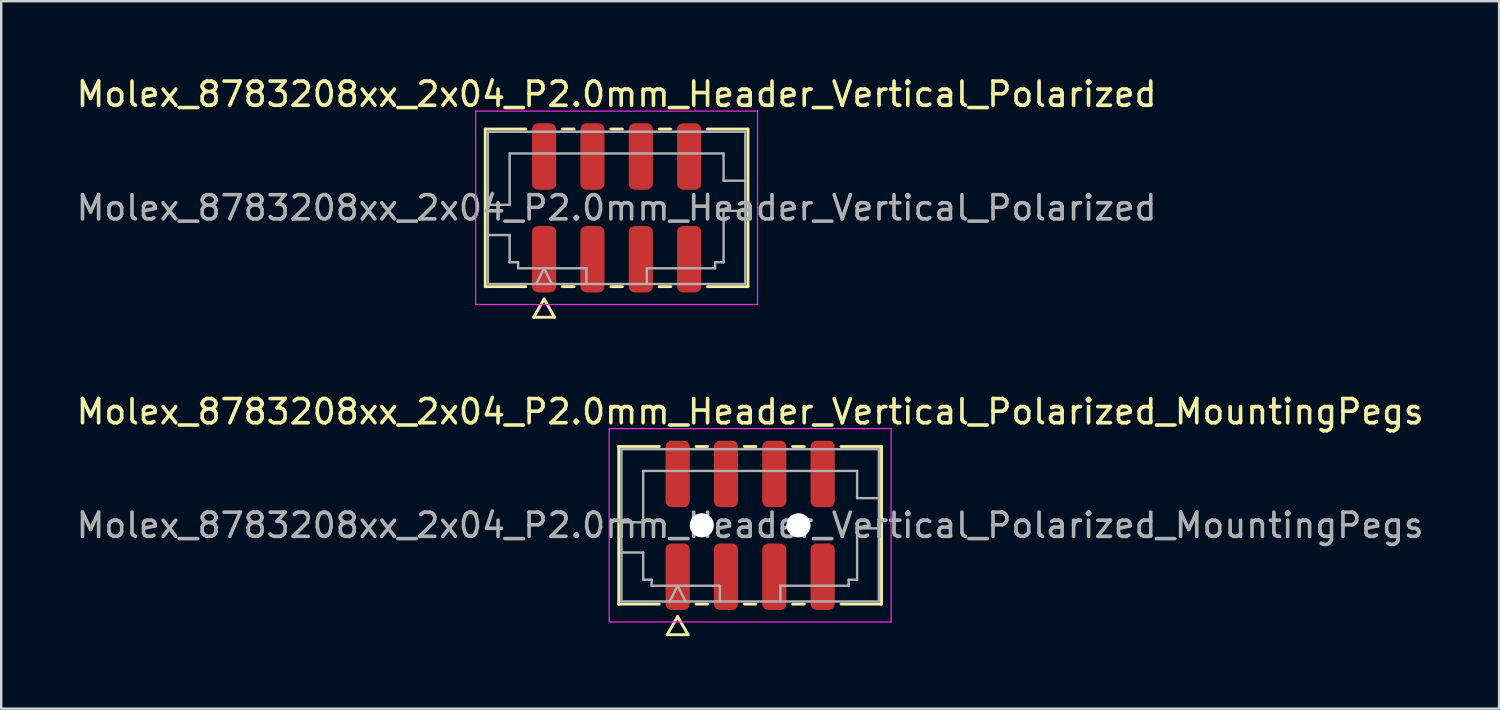
<source format=kicad_pcb>
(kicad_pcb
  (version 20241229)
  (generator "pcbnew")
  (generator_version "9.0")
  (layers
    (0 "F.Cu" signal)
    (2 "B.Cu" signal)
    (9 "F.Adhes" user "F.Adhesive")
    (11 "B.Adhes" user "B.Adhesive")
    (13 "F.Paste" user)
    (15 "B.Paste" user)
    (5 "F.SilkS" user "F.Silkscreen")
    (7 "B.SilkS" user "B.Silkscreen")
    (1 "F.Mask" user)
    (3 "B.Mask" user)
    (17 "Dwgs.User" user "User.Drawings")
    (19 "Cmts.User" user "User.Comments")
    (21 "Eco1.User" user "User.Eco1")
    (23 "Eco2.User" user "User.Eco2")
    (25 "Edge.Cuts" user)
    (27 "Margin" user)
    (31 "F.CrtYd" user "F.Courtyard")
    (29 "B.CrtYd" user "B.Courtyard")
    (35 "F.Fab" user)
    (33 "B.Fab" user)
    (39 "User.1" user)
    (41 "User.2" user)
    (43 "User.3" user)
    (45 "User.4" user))
  (footprint "Molex_8783208xx_2x04_P2.0mm_Header_Vertical_Polarized_MountingPegs"
    (layer "F.Cu")
    (at 27.982 18.681)
    (property "Reference" "Molex_8783208xx_2x04_P2.0mm_Header_Vertical_Polarized_MountingPegs" (at 0 -4.7 0) (layer "F.SilkS") (effects (font (size 1 1) (thickness 0.15))))
    (attr smd)
    (fp_line (start -5.435 -3.26) (end -3.76 -3.26) (stroke (width 0.12) (type solid)) (layer "F.SilkS"))
    (fp_line (start -5.435 3.26) (end -5.435 -3.26) (stroke (width 0.12) (type solid)) (layer "F.SilkS"))
    (fp_line (start -3.76 3.26) (end -5.435 3.26) (stroke (width 0.12) (type solid)) (layer "F.SilkS"))
    (fp_line (start -3.433 4.525) (end -3 3.775) (stroke (width 0.12) (type solid)) (layer "F.SilkS"))
    (fp_line (start -3 3.775) (end -2.567 4.525) (stroke (width 0.12) (type solid)) (layer "F.SilkS"))
    (fp_line (start -2.567 4.525) (end -3.433 4.525) (stroke (width 0.12) (type solid)) (layer "F.SilkS"))
    (fp_line (start -2.24 -3.26) (end -1.76 -3.26) (stroke (width 0.12) (type solid)) (layer "F.SilkS"))
    (fp_line (start -1.76 3.26) (end -2.24 3.26) (stroke (width 0.12) (type solid)) (layer "F.SilkS"))
    (fp_line (start -0.24 -3.26) (end 0.24 -3.26) (stroke (width 0.12) (type solid)) (layer "F.SilkS"))
    (fp_line (start 0.24 3.26) (end -0.24 3.26) (stroke (width 0.12) (type solid)) (layer "F.SilkS"))
    (fp_line (start 1.76 -3.26) (end 2.24 -3.26) (stroke (width 0.12) (type solid)) (layer "F.SilkS"))
    (fp_line (start 2.24 3.26) (end 1.76 3.26) (stroke (width 0.12) (type solid)) (layer "F.SilkS"))
    (fp_line (start 3.76 -3.26) (end 5.435 -3.26) (stroke (width 0.12) (type solid)) (layer "F.SilkS"))
    (fp_line (start 5.435 -3.26) (end 5.435 3.26) (stroke (width 0.12) (type solid)) (layer "F.SilkS"))
    (fp_line (start 5.435 3.26) (end 3.76 3.26) (stroke (width 0.12) (type solid)) (layer "F.SilkS"))
    (fp_line (start -5.83 -4) (end -5.83 4) (stroke (width 0.05) (type solid)) (layer "F.CrtYd"))
    (fp_line (start -5.83 4) (end 5.83 4) (stroke (width 0.05) (type solid)) (layer "F.CrtYd"))
    (fp_line (start 5.83 -4) (end -5.83 -4) (stroke (width 0.05) (type solid)) (layer "F.CrtYd"))
    (fp_line (start 5.83 4) (end 5.83 -4) (stroke (width 0.05) (type solid)) (layer "F.CrtYd"))
    (fp_line (start -5.325 -3.15) (end 5.325 -3.15) (stroke (width 0.1) (type solid)) (layer "F.Fab"))
    (fp_line (start -5.325 -0.125) (end -4.425 -0.125) (stroke (width 0.1) (type solid)) (layer "F.Fab"))
    (fp_line (start -5.325 1.125) (end -4.425 1.125) (stroke (width 0.1) (type solid)) (layer "F.Fab"))
    (fp_line (start -5.325 3.15) (end -5.325 -3.15) (stroke (width 0.1) (type solid)) (layer "F.Fab"))
    (fp_line (start -4.425 -2.25) (end 4.425 -2.25) (stroke (width 0.1) (type solid)) (layer "F.Fab"))
    (fp_line (start -4.425 -0.125) (end -4.425 -2.25) (stroke (width 0.1) (type solid)) (layer "F.Fab"))
    (fp_line (start -4.425 1.125) (end -4.425 2.25) (stroke (width 0.1) (type solid)) (layer "F.Fab"))
    (fp_line (start -4.425 2.25) (end -4.075 2.25) (stroke (width 0.1) (type solid)) (layer "F.Fab"))
    (fp_line (start -4.075 2.25) (end -4.075 2.5) (stroke (width 0.1) (type solid)) (layer "F.Fab"))
    (fp_line (start -4.075 2.5) (end -1.25 2.5) (stroke (width 0.1) (type solid)) (layer "F.Fab"))
    (fp_line (start -3.325 3.15) (end -3 2.5) (stroke (width 0.1) (type solid)) (layer "F.Fab"))
    (fp_line (start -3 2.5) (end -2.675 3.15) (stroke (width 0.1) (type solid)) (layer "F.Fab"))
    (fp_line (start -1.25 2.5) (end -1.25 3.15) (stroke (width 0.1) (type solid)) (layer "F.Fab"))
    (fp_line (start 1.25 2.5) (end 1.25 3.15) (stroke (width 0.1) (type solid)) (layer "F.Fab"))
    (fp_line (start 1.25 2.5) (end 4.075 2.5) (stroke (width 0.1) (type solid)) (layer "F.Fab"))
    (fp_line (start 4.075 2.25) (end 4.425 2.25) (stroke (width 0.1) (type solid)) (layer "F.Fab"))
    (fp_line (start 4.075 2.5) (end 4.075 2.25) (stroke (width 0.1) (type solid)) (layer "F.Fab"))
    (fp_line (start 4.425 -2.25) (end 4.425 -1.125) (stroke (width 0.1) (type solid)) (layer "F.Fab"))
    (fp_line (start 4.425 -1.125) (end 5.325 -1.125) (stroke (width 0.1) (type solid)) (layer "F.Fab"))
    (fp_line (start 4.425 0.125) (end 5.325 0.125) (stroke (width 0.1) (type solid)) (layer "F.Fab"))
    (fp_line (start 4.425 2.25) (end 4.425 0.125) (stroke (width 0.1) (type solid)) (layer "F.Fab"))
    (fp_line (start 5.325 -3.15) (end 5.325 3.15) (stroke (width 0.1) (type solid)) (layer "F.Fab"))
    (fp_line (start 5.325 3.15) (end -5.325 3.15) (stroke (width 0.1) (type solid)) (layer "F.Fab"))
    (fp_text user "${REFERENCE}" (at 0 0 0) (layer "F.Fab") (effects (font (size 1 1) (thickness 0.15))))
    (pad "" np_thru_hole circle (at -2 0) (size 1 1) (drill 1) (layers "*.Cu" "*.Mask"))
    (pad "" np_thru_hole circle (at 2 0) (size 1 1) (drill 1) (layers "*.Cu" "*.Mask"))
    (pad "1" smd roundrect (at -3 2.125) (size 1 2.75) (layers "F.Cu" "F.Mask" "F.Paste") (roundrect_rratio 0.25))
    (pad "2" smd roundrect (at -3 -2.125) (size 1 2.75) (layers "F.Cu" "F.Mask" "F.Paste") (roundrect_rratio 0.25))
    (pad "3" smd roundrect (at -1 2.125) (size 1 2.75) (layers "F.Cu" "F.Mask" "F.Paste") (roundrect_rratio 0.25))
    (pad "4" smd roundrect (at -1 -2.125) (size 1 2.75) (layers "F.Cu" "F.Mask" "F.Paste") (roundrect_rratio 0.25))
    (pad "5" smd roundrect (at 1 2.125) (size 1 2.75) (layers "F.Cu" "F.Mask" "F.Paste") (roundrect_rratio 0.25))
    (pad "6" smd roundrect (at 1 -2.125) (size 1 2.75) (layers "F.Cu" "F.Mask" "F.Paste") (roundrect_rratio 0.25))
    (pad "7" smd roundrect (at 3 2.125) (size 1 2.75) (layers "F.Cu" "F.Mask" "F.Paste") (roundrect_rratio 0.25))
    (pad "8" smd roundrect (at 3 -2.125) (size 1 2.75) (layers "F.Cu" "F.Mask" "F.Paste") (roundrect_rratio 0.25)))
  (footprint "Molex_8783208xx_2x04_P2.0mm_Header_Vertical_Polarized"
    (layer "F.Cu")
    (at 22.458 5.548)
    (property "Reference" "Molex_8783208xx_2x04_P2.0mm_Header_Vertical_Polarized" (at 0 -4.7 0) (layer "F.SilkS") (effects (font (size 1 1) (thickness 0.15))))
    (attr smd)
    (fp_line (start -5.435 -3.26) (end -3.76 -3.26) (stroke (width 0.12) (type solid)) (layer "F.SilkS"))
    (fp_line (start -5.435 3.26) (end -5.435 -3.26) (stroke (width 0.12) (type solid)) (layer "F.SilkS"))
    (fp_line (start -3.76 3.26) (end -5.435 3.26) (stroke (width 0.12) (type solid)) (layer "F.SilkS"))
    (fp_line (start -3.433 4.525) (end -3 3.775) (stroke (width 0.12) (type solid)) (layer "F.SilkS"))
    (fp_line (start -3 3.775) (end -2.567 4.525) (stroke (width 0.12) (type solid)) (layer "F.SilkS"))
    (fp_line (start -2.567 4.525) (end -3.433 4.525) (stroke (width 0.12) (type solid)) (layer "F.SilkS"))
    (fp_line (start -2.24 -3.26) (end -1.76 -3.26) (stroke (width 0.12) (type solid)) (layer "F.SilkS"))
    (fp_line (start -1.76 3.26) (end -2.24 3.26) (stroke (width 0.12) (type solid)) (layer "F.SilkS"))
    (fp_line (start -0.24 -3.26) (end 0.24 -3.26) (stroke (width 0.12) (type solid)) (layer "F.SilkS"))
    (fp_line (start 0.24 3.26) (end -0.24 3.26) (stroke (width 0.12) (type solid)) (layer "F.SilkS"))
    (fp_line (start 1.76 -3.26) (end 2.24 -3.26) (stroke (width 0.12) (type solid)) (layer "F.SilkS"))
    (fp_line (start 2.24 3.26) (end 1.76 3.26) (stroke (width 0.12) (type solid)) (layer "F.SilkS"))
    (fp_line (start 3.76 -3.26) (end 5.435 -3.26) (stroke (width 0.12) (type solid)) (layer "F.SilkS"))
    (fp_line (start 5.435 -3.26) (end 5.435 3.26) (stroke (width 0.12) (type solid)) (layer "F.SilkS"))
    (fp_line (start 5.435 3.26) (end 3.76 3.26) (stroke (width 0.12) (type solid)) (layer "F.SilkS"))
    (fp_line (start -5.83 -4) (end -5.83 4) (stroke (width 0.05) (type solid)) (layer "F.CrtYd"))
    (fp_line (start -5.83 4) (end 5.83 4) (stroke (width 0.05) (type solid)) (layer "F.CrtYd"))
    (fp_line (start 5.83 -4) (end -5.83 -4) (stroke (width 0.05) (type solid)) (layer "F.CrtYd"))
    (fp_line (start 5.83 4) (end 5.83 -4) (stroke (width 0.05) (type solid)) (layer "F.CrtYd"))
    (fp_line (start -5.325 -3.15) (end 5.325 -3.15) (stroke (width 0.1) (type solid)) (layer "F.Fab"))
    (fp_line (start -5.325 -0.125) (end -4.425 -0.125) (stroke (width 0.1) (type solid)) (layer "F.Fab"))
    (fp_line (start -5.325 1.125) (end -4.425 1.125) (stroke (width 0.1) (type solid)) (layer "F.Fab"))
    (fp_line (start -5.325 3.15) (end -5.325 -3.15) (stroke (width 0.1) (type solid)) (layer "F.Fab"))
    (fp_line (start -4.425 -2.25) (end 4.425 -2.25) (stroke (width 0.1) (type solid)) (layer "F.Fab"))
    (fp_line (start -4.425 -0.125) (end -4.425 -2.25) (stroke (width 0.1) (type solid)) (layer "F.Fab"))
    (fp_line (start -4.425 1.125) (end -4.425 2.25) (stroke (width 0.1) (type solid)) (layer "F.Fab"))
    (fp_line (start -4.425 2.25) (end -4.075 2.25) (stroke (width 0.1) (type solid)) (layer "F.Fab"))
    (fp_line (start -4.075 2.25) (end -4.075 2.5) (stroke (width 0.1) (type solid)) (layer "F.Fab"))
    (fp_line (start -4.075 2.5) (end -1.25 2.5) (stroke (width 0.1) (type solid)) (layer "F.Fab"))
    (fp_line (start -3.325 3.15) (end -3 2.5) (stroke (width 0.1) (type solid)) (layer "F.Fab"))
    (fp_line (start -3 2.5) (end -2.675 3.15) (stroke (width 0.1) (type solid)) (layer "F.Fab"))
    (fp_line (start -1.25 2.5) (end -1.25 3.15) (stroke (width 0.1) (type solid)) (layer "F.Fab"))
    (fp_line (start 1.25 2.5) (end 1.25 3.15) (stroke (width 0.1) (type solid)) (layer "F.Fab"))
    (fp_line (start 1.25 2.5) (end 4.075 2.5) (stroke (width 0.1) (type solid)) (layer "F.Fab"))
    (fp_line (start 4.075 2.25) (end 4.425 2.25) (stroke (width 0.1) (type solid)) (layer "F.Fab"))
    (fp_line (start 4.075 2.5) (end 4.075 2.25) (stroke (width 0.1) (type solid)) (layer "F.Fab"))
    (fp_line (start 4.425 -2.25) (end 4.425 -1.125) (stroke (width 0.1) (type solid)) (layer "F.Fab"))
    (fp_line (start 4.425 -1.125) (end 5.325 -1.125) (stroke (width 0.1) (type solid)) (layer "F.Fab"))
    (fp_line (start 4.425 0.125) (end 5.325 0.125) (stroke (width 0.1) (type solid)) (layer "F.Fab"))
    (fp_line (start 4.425 2.25) (end 4.425 0.125) (stroke (width 0.1) (type solid)) (layer "F.Fab"))
    (fp_line (start 5.325 -3.15) (end 5.325 3.15) (stroke (width 0.1) (type solid)) (layer "F.Fab"))
    (fp_line (start 5.325 3.15) (end -5.325 3.15) (stroke (width 0.1) (type solid)) (layer "F.Fab"))
    (fp_text user "${REFERENCE}" (at 0 0 0) (layer "F.Fab") (effects (font (size 1 1) (thickness 0.15))))
    (pad "1" smd roundrect (at -3 2.125) (size 1 2.75) (layers "F.Cu" "F.Mask" "F.Paste") (roundrect_rratio 0.25))
    (pad "2" smd roundrect (at -3 -2.125) (size 1 2.75) (layers "F.Cu" "F.Mask" "F.Paste") (roundrect_rratio 0.25))
    (pad "3" smd roundrect (at -1 2.125) (size 1 2.75) (layers "F.Cu" "F.Mask" "F.Paste") (roundrect_rratio 0.25))
    (pad "4" smd roundrect (at -1 -2.125) (size 1 2.75) (layers "F.Cu" "F.Mask" "F.Paste") (roundrect_rratio 0.25))
    (pad "5" smd roundrect (at 1 2.125) (size 1 2.75) (layers "F.Cu" "F.Mask" "F.Paste") (roundrect_rratio 0.25))
    (pad "6" smd roundrect (at 1 -2.125) (size 1 2.75) (layers "F.Cu" "F.Mask" "F.Paste") (roundrect_rratio 0.25))
    (pad "7" smd roundrect (at 3 2.125) (size 1 2.75) (layers "F.Cu" "F.Mask" "F.Paste") (roundrect_rratio 0.25))
    (pad "8" smd roundrect (at 3 -2.125) (size 1 2.75) (layers "F.Cu" "F.Mask" "F.Paste") (roundrect_rratio 0.25)))
  (gr_rect
    (start -3 -3)
    (end 58.964 26.267)
    (stroke (width 0.1) (type default))
    (fill no)
    (layer "Edge.Cuts")))
</source>
